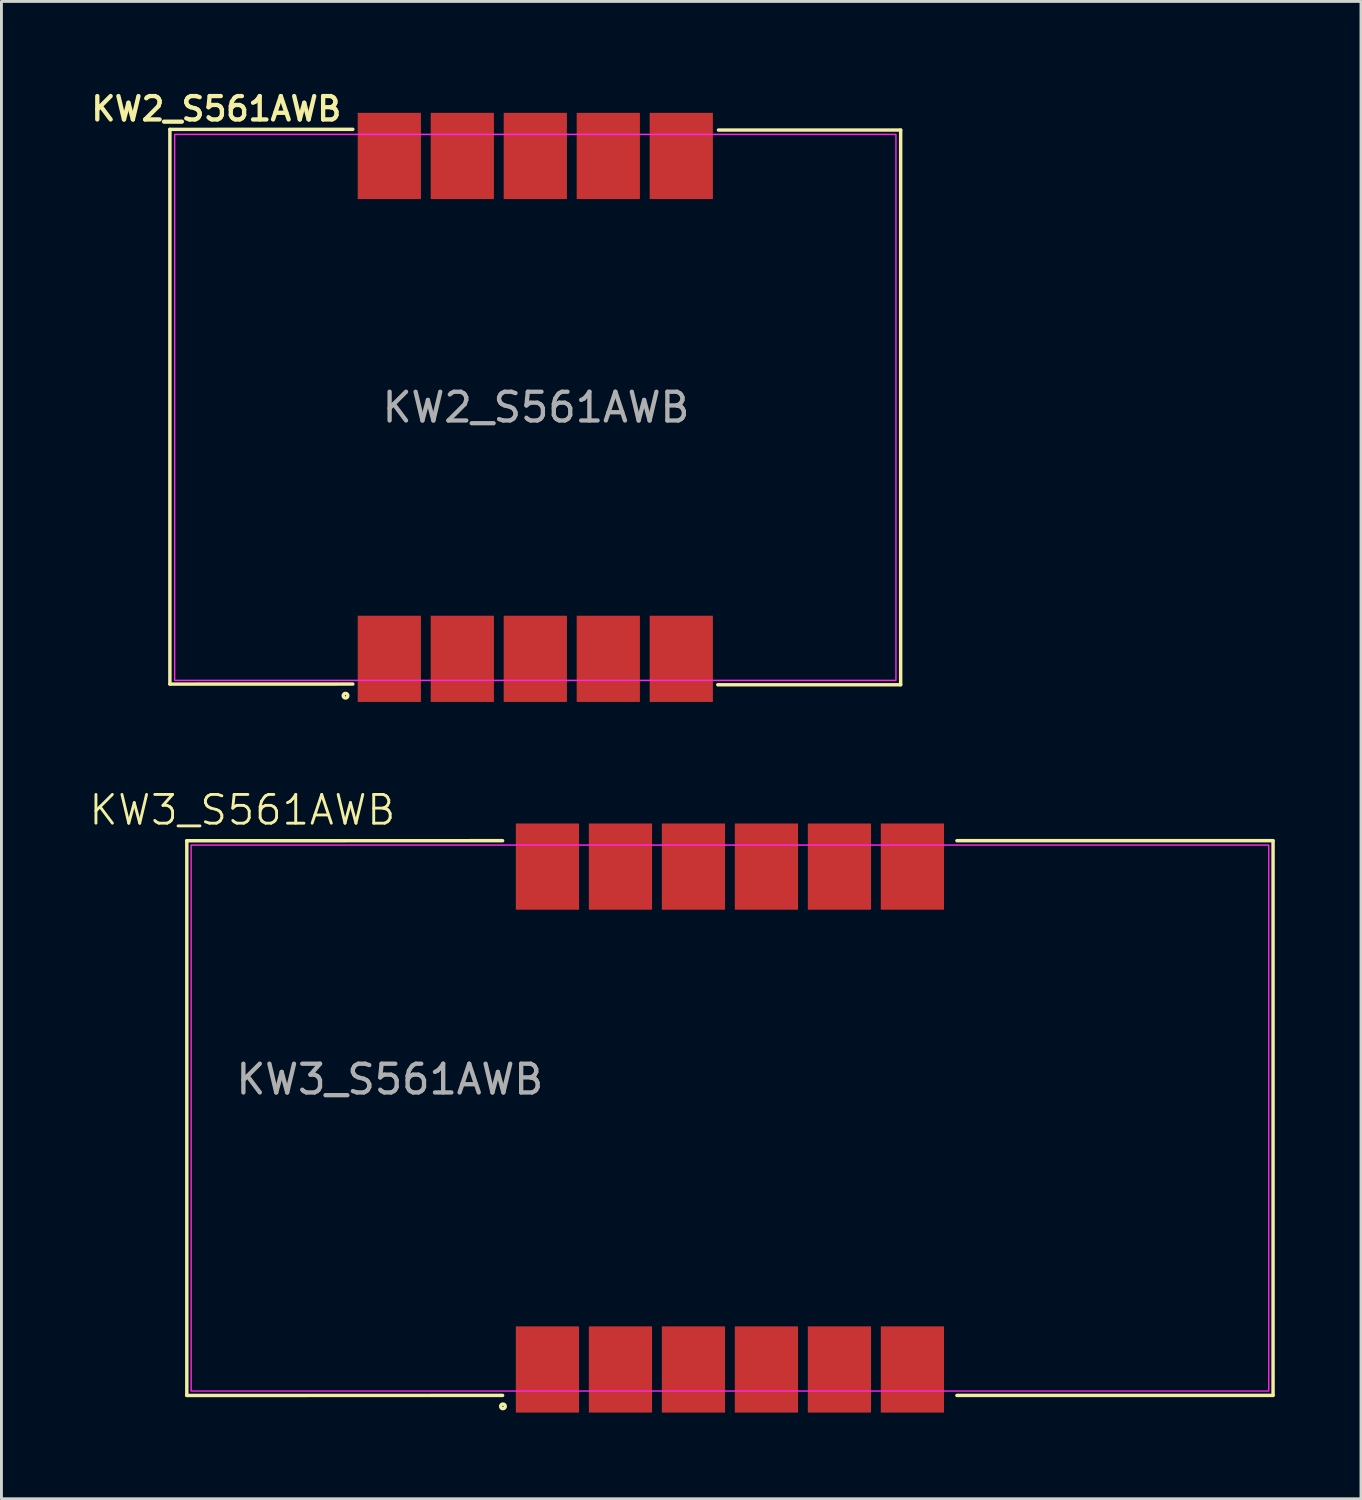
<source format=kicad_pcb>
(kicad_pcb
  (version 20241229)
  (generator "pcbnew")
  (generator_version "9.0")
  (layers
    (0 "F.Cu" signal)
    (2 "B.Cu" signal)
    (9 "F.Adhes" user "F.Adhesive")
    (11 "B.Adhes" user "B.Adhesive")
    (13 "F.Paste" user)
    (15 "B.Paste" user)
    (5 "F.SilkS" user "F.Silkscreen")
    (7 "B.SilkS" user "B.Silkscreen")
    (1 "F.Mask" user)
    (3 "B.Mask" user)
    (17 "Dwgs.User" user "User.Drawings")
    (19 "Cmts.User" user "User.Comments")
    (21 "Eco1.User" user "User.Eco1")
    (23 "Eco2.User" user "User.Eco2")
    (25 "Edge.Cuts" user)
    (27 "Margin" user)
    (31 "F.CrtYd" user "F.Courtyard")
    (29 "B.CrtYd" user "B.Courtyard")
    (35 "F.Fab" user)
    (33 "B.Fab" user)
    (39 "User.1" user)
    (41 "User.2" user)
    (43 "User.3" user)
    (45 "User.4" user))
  (footprint "KW3_S561AWB"
    (layer "F.Cu")
    (at 22.351 35.857)
    (property "Reference" "KW3_S561AWB" (at -16.967 -10.719 0) (unlocked yes) (layer "F.SilkS") (effects (font (size 1 1) (thickness 0.1))))
    (attr smd)
    (fp_line (start -18.9 -9.65) (end -18.9 9.65) (stroke (width 0.12) (type default)) (layer "F.SilkS"))
    (fp_line (start -7.911 -9.652) (end -18.9 -9.65) (stroke (width 0.12) (type solid)) (layer "F.SilkS"))
    (fp_line (start -7.911 9.652) (end -18.9 9.654) (stroke (width 0.12) (type solid)) (layer "F.SilkS"))
    (fp_line (start 18.9 -9.652) (end 7.899 -9.652) (stroke (width 0.12) (type solid)) (layer "F.SilkS"))
    (fp_line (start 18.9 9.65) (end 18.9 -9.65) (stroke (width 0.12) (type default)) (layer "F.SilkS"))
    (fp_line (start 18.9 9.652) (end 7.899 9.652) (stroke (width 0.12) (type solid)) (layer "F.SilkS"))
    (fp_circle (center -7.899 10.033) (end -7.823 10.008) (stroke (width 0.12) (type default)) (fill no) (layer "F.SilkS"))
    (fp_rect (start -18.75 -9.5) (end 18.75 9.5) (stroke (width 0.05) (type solid)) (fill no) (layer "F.CrtYd"))
    (fp_text user "${REFERENCE}" (at -11.836 -1.346 0) (unlocked yes) (layer "F.Fab") (effects (font (size 1 1) (thickness 0.15))))
    (pad "1" smd rect (at -6.35 8.75 90) (size 3 2.2) (layers "F.Cu" "F.Mask" "F.Paste"))
    (pad "2" smd rect (at -3.81 8.75 90) (size 3 2.2) (layers "F.Cu" "F.Mask" "F.Paste"))
    (pad "3" smd rect (at -1.27 8.75 90) (size 3 2.2) (layers "F.Cu" "F.Mask" "F.Paste"))
    (pad "4" smd rect (at 1.27 8.75 90) (size 3 2.2) (layers "F.Cu" "F.Mask" "F.Paste"))
    (pad "5" smd rect (at 3.81 8.75 90) (size 3 2.2) (layers "F.Cu" "F.Mask" "F.Paste"))
    (pad "6" smd rect (at 6.35 8.75 90) (size 3 2.2) (layers "F.Cu" "F.Mask" "F.Paste"))
    (pad "7" smd rect (at 6.35 -8.75 90) (size 3 2.2) (layers "F.Cu" "F.Mask" "F.Paste"))
    (pad "8" smd rect (at 3.81 -8.75 90) (size 3 2.2) (layers "F.Cu" "F.Mask" "F.Paste"))
    (pad "9" smd rect (at 1.27 -8.75 90) (size 3 2.2) (layers "F.Cu" "F.Mask" "F.Paste"))
    (pad "10" smd rect (at -1.27 -8.75 90) (size 3 2.2) (layers "F.Cu" "F.Mask" "F.Paste"))
    (pad "11" smd rect (at -3.81 -8.75 90) (size 3 2.2) (layers "F.Cu" "F.Mask" "F.Paste"))
    (pad "12" smd rect (at -6.35 -8.75 90) (size 3 2.2) (layers "F.Cu" "F.Mask" "F.Paste")))
  (footprint "KW2_S561AWB"
    (layer "F.Cu")
    (at 15.578 11.127)
    (property "Reference" "KW2_S561AWB" (at -11.1 -10.389 0) (unlocked yes) (layer "F.SilkS") (effects (font (size 0.813 0.813) (thickness 0.15))))
    (attr smd)
    (fp_line (start -12.716 -9.675) (end -12.716 9.625) (stroke (width 0.12) (type default)) (layer "F.SilkS"))
    (fp_line (start -6.35 -9.677) (end -12.716 -9.675) (stroke (width 0.12) (type solid)) (layer "F.SilkS"))
    (fp_line (start -6.35 9.627) (end -12.716 9.629) (stroke (width 0.12) (type solid)) (layer "F.SilkS"))
    (fp_line (start 12.714 -9.652) (end 6.375 -9.652) (stroke (width 0.12) (type solid)) (layer "F.SilkS"))
    (fp_line (start 12.714 9.65) (end 12.714 -9.65) (stroke (width 0.12) (type default)) (layer "F.SilkS"))
    (fp_line (start 12.714 9.652) (end 6.35 9.652) (stroke (width 0.12) (type solid)) (layer "F.SilkS"))
    (fp_circle (center -6.604 10.033) (end -6.528 10.008) (stroke (width 0.12) (type default)) (fill no) (layer "F.SilkS"))
    (fp_rect (start -12.55 -9.5) (end 12.55 9.5) (stroke (width 0.05) (type solid)) (fill no) (layer "F.CrtYd"))
    (fp_text user "${REFERENCE}" (at 0.025 0 0) (unlocked yes) (layer "F.Fab") (effects (font (size 1 1) (thickness 0.15))))
    (pad "1" smd rect (at -5.08 8.75 90) (size 3 2.2) (layers "F.Cu" "F.Mask" "F.Paste"))
    (pad "2" smd rect (at -2.54 8.75 90) (size 3 2.2) (layers "F.Cu" "F.Mask" "F.Paste"))
    (pad "3" smd rect (at 0 8.75 90) (size 3 2.2) (layers "F.Cu" "F.Mask" "F.Paste"))
    (pad "4" smd rect (at 2.54 8.75 90) (size 3 2.2) (layers "F.Cu" "F.Mask" "F.Paste"))
    (pad "5" smd rect (at 5.08 8.75 90) (size 3 2.2) (layers "F.Cu" "F.Mask" "F.Paste"))
    (pad "6" smd rect (at 5.08 -8.75 90) (size 3 2.2) (layers "F.Cu" "F.Mask" "F.Paste"))
    (pad "7" smd rect (at 2.54 -8.75 90) (size 3 2.2) (layers "F.Cu" "F.Mask" "F.Paste"))
    (pad "8" smd rect (at 0 -8.75 90) (size 3 2.2) (layers "F.Cu" "F.Mask" "F.Paste"))
    (pad "9" smd rect (at -2.54 -8.75 90) (size 3 2.2) (layers "F.Cu" "F.Mask" "F.Paste"))
    (pad "10" smd rect (at -5.08 -8.75 90) (size 3 2.2) (layers "F.Cu" "F.Mask" "F.Paste")))
  (gr_rect
    (start -3 -3)
    (end 44.311 49.107)
    (stroke (width 0.1) (type default))
    (fill no)
    (layer "Edge.Cuts")))
</source>
